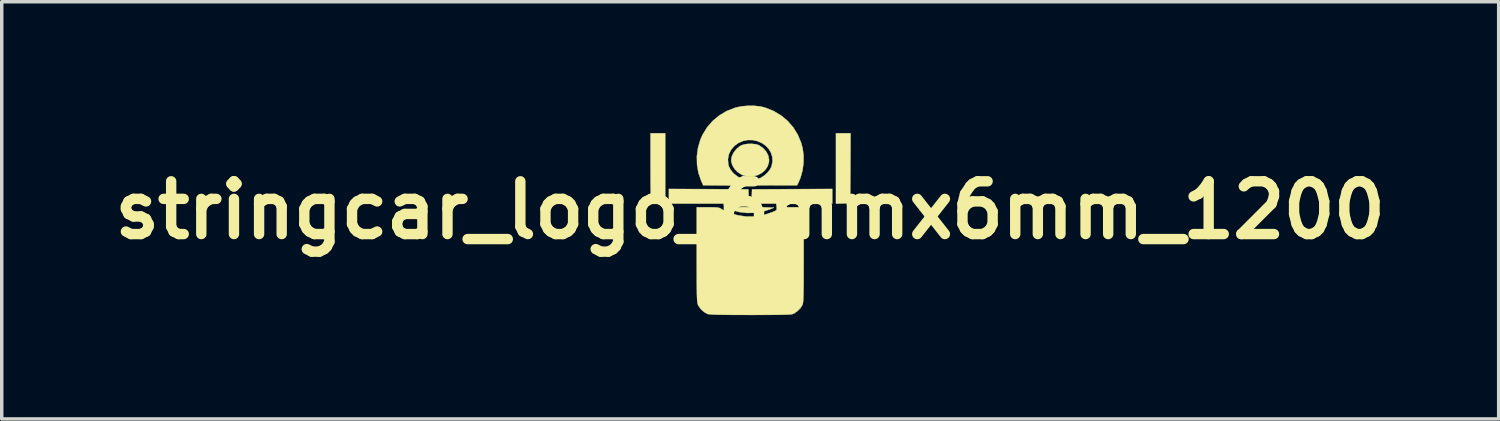
<source format=kicad_pcb>
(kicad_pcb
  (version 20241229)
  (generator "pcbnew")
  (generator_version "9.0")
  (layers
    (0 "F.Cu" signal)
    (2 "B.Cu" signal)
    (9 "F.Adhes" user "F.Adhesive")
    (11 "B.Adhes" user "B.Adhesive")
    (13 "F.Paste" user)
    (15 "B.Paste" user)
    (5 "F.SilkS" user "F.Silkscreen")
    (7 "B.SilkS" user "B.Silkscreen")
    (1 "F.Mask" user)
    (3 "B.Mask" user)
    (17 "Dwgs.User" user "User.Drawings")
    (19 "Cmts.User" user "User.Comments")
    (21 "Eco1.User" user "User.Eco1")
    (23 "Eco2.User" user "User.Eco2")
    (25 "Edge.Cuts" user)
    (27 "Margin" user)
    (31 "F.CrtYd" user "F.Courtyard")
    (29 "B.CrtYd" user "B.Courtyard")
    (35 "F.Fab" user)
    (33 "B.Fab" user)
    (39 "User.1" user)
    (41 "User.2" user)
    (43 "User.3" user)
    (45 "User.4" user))
  (footprint "stringcar_logo_6mmx6mm_1200"
    (layer "F.Cu")
    (at 18.622 3.022)
    (property "Reference" "stringcar_logo_6mmx6mm_1200" (at 0 0 0) (layer "F.SilkS") (effects (font (size 1.524 1.524) (thickness 0.3))))
    (attr through_hole)
    (fp_poly (pts (xy 2.895 -1.212) (xy 2.889 -0.201) (xy 2.477 -0.189) (xy 2.477 -2.223) (xy 2.9 -2.223) (xy 2.895 -1.212)) (stroke (width 0.01) (type solid)) (fill yes) (layer "F.SilkS"))
    (fp_poly (pts (xy -1.201 -0.609) (xy -0.053 -0.603) (xy -0.047 -0.445) (xy -0.045 -0.36) (xy -0.047 -0.287) (xy -0.052 -0.24) (xy -0.052 -0.238) (xy -0.064 -0.191) (xy -2.349 -0.191) (xy -2.349 -0.614) (xy -1.201 -0.609)) (stroke (width 0.01) (type solid)) (fill yes) (layer "F.SilkS"))
    (fp_poly (pts (xy 2.371 -0.191) (xy 0.064 -0.191) (xy 0.052 -0.238) (xy 0.047 -0.283) (xy 0.045 -0.354) (xy 0.046 -0.438) (xy 0.047 -0.445) (xy 0.053 -0.603) (xy 1.212 -0.609) (xy 2.371 -0.614) (xy 2.371 -0.191)) (stroke (width 0.01) (type solid)) (fill yes) (layer "F.SilkS"))
    (fp_poly (pts (xy -2.455 -0.191) (xy -2.653 -0.191) (xy -2.741 -0.192) (xy -2.811 -0.196) (xy -2.856 -0.201) (xy -2.865 -0.205) (xy -2.867 -0.228) (xy -2.87 -0.29) (xy -2.872 -0.385) (xy -2.875 -0.51) (xy -2.876 -0.661) (xy -2.878 -0.833) (xy -2.878 -1.022) (xy -2.879 -1.221) (xy -2.879 -2.223) (xy -2.455 -2.223) (xy -2.455 -0.191)) (stroke (width 0.01) (type solid)) (fill yes) (layer "F.SilkS"))
    (fp_poly (pts (xy 0.166 -0.088) (xy 0.325 -0.085) (xy 0.344 -0.085) (xy 0.688 -0.074) (xy 0.572 -0.026) (xy 0.364 0.039) (xy 0.139 0.075) (xy -0.09 0.08) (xy -0.307 0.054) (xy -0.318 0.052) (xy -0.413 0.027) (xy -0.514 -0.005) (xy -0.572 -0.026) (xy -0.688 -0.074) (xy -0.344 -0.085) (xy -0.189 -0.088) (xy -0.012 -0.089) (xy 0.166 -0.088)) (stroke (width 0.01) (type solid)) (fill yes) (layer "F.SilkS"))
    (fp_poly (pts (xy 0.152 -1.907) (xy 0.241 -1.882) (xy 0.254 -1.876) (xy 0.372 -1.794) (xy 0.463 -1.692) (xy 0.522 -1.576) (xy 0.545 -1.454) (xy 0.541 -1.387) (xy 0.503 -1.265) (xy 0.431 -1.159) (xy 0.333 -1.074) (xy 0.216 -1.013) (xy 0.085 -0.978) (xy -0.052 -0.973) (xy -0.188 -1.001) (xy -0.243 -1.023) (xy -0.357 -1.095) (xy -0.45 -1.189) (xy -0.515 -1.297) (xy -0.548 -1.411) (xy -0.55 -1.447) (xy -0.532 -1.553) (xy -0.481 -1.661) (xy -0.404 -1.761) (xy -0.31 -1.843) (xy -0.268 -1.868) (xy -0.183 -1.898) (xy -0.074 -1.915) (xy 0.042 -1.918) (xy 0.152 -1.907)) (stroke (width 0.01) (type solid)) (fill yes) (layer "F.SilkS"))
    (fp_poly (pts (xy -1.1 -0.084) (xy -1.009 -0.082) (xy -0.946 -0.077) (xy -0.902 -0.069) (xy -0.871 -0.057) (xy -0.847 -0.043) (xy -0.799 -0.014) (xy -0.725 0.021) (xy -0.642 0.058) (xy -0.632 0.062) (xy -0.373 0.144) (xy -0.115 0.184) (xy 0.142 0.182) (xy 0.398 0.138) (xy 0.654 0.051) (xy 0.77 -0.002) (xy 0.936 -0.085) (xy 1.545 -0.085) (xy 1.545 1.286) (xy 1.545 1.562) (xy 1.544 1.798) (xy 1.544 1.999) (xy 1.543 2.167) (xy 1.541 2.306) (xy 1.54 2.418) (xy 1.537 2.508) (xy 1.534 2.578) (xy 1.53 2.631) (xy 1.525 2.67) (xy 1.52 2.7) (xy 1.513 2.723) (xy 1.506 2.741) (xy 1.451 2.828) (xy 1.372 2.909) (xy 1.284 2.973) (xy 1.213 3.004) (xy 1.171 3.01) (xy 1.087 3.015) (xy 0.962 3.019) (xy 0.798 3.022) (xy 0.595 3.024) (xy 0.355 3.025) (xy 0.078 3.026) (xy -0.011 3.026) (xy -0.271 3.025) (xy -0.493 3.025) (xy -0.678 3.023) (xy -0.831 3.021) (xy -0.955 3.019) (xy -1.051 3.016) (xy -1.125 3.012) (xy -1.179 3.007) (xy -1.216 3.001) (xy -1.236 2.996) (xy -1.334 2.942) (xy -1.425 2.86) (xy -1.495 2.761) (xy -1.505 2.741) (xy -1.513 2.722) (xy -1.52 2.7) (xy -1.525 2.671) (xy -1.53 2.632) (xy -1.534 2.58) (xy -1.537 2.512) (xy -1.54 2.424) (xy -1.541 2.313) (xy -1.543 2.176) (xy -1.544 2.01) (xy -1.544 1.812) (xy -1.545 1.578) (xy -1.545 1.305) (xy -1.545 1.286) (xy -1.545 -0.085) (xy -1.226 -0.085) (xy -1.1 -0.084)) (stroke (width 0.01) (type solid)) (fill yes) (layer "F.SilkS"))
    (fp_poly (pts (xy 0.127 -3.015) (xy 0.304 -2.995) (xy 0.423 -2.966) (xy 0.667 -2.87) (xy 0.887 -2.74) (xy 1.08 -2.581) (xy 1.243 -2.393) (xy 1.375 -2.18) (xy 1.472 -1.945) (xy 1.514 -1.791) (xy 1.542 -1.582) (xy 1.54 -1.362) (xy 1.51 -1.143) (xy 1.453 -0.937) (xy 1.394 -0.799) (xy 1.354 -0.72) (xy 0.7 -0.72) (xy 0.537 -0.719) (xy 0.387 -0.719) (xy 0.255 -0.718) (xy 0.147 -0.717) (xy 0.068 -0.716) (xy 0.024 -0.715) (xy 0.018 -0.714) (xy -0.01 -0.713) (xy -0.074 -0.712) (xy -0.17 -0.712) (xy -0.293 -0.712) (xy -0.437 -0.713) (xy -0.596 -0.714) (xy -0.684 -0.715) (xy -1.358 -0.72) (xy -1.417 -0.852) (xy -1.495 -1.075) (xy -1.536 -1.311) (xy -1.539 -1.471) (xy -0.644 -1.471) (xy -0.633 -1.323) (xy -0.615 -1.261) (xy -0.56 -1.157) (xy -0.473 -1.057) (xy -0.361 -0.97) (xy -0.235 -0.903) (xy -0.191 -0.886) (xy -0.144 -0.879) (xy -0.07 -0.875) (xy 0.016 -0.875) (xy 0.032 -0.875) (xy 0.138 -0.883) (xy 0.22 -0.9) (xy 0.294 -0.93) (xy 0.308 -0.936) (xy 0.408 -1.002) (xy 0.501 -1.087) (xy 0.574 -1.18) (xy 0.615 -1.261) (xy 0.645 -1.406) (xy 0.638 -1.541) (xy 0.598 -1.665) (xy 0.531 -1.776) (xy 0.439 -1.87) (xy 0.329 -1.944) (xy 0.205 -1.997) (xy 0.071 -2.026) (xy -0.068 -2.028) (xy -0.207 -2) (xy -0.342 -1.941) (xy -0.451 -1.862) (xy -0.552 -1.747) (xy -0.617 -1.614) (xy -0.644 -1.471) (xy -1.539 -1.471) (xy -1.541 -1.554) (xy -1.509 -1.797) (xy -1.441 -2.032) (xy -1.376 -2.18) (xy -1.245 -2.393) (xy -1.082 -2.581) (xy -0.891 -2.739) (xy -0.674 -2.867) (xy -0.435 -2.96) (xy -0.412 -2.967) (xy -0.246 -3.001) (xy -0.062 -3.017) (xy 0.127 -3.015)) (stroke (width 0.01) (type solid)) (fill yes) (layer "F.SilkS")))
  (gr_rect
    (start -3 -3)
    (end 40.244 9.053)
    (stroke (width 0.1) (type default))
    (fill no)
    (layer "Edge.Cuts")))
</source>
